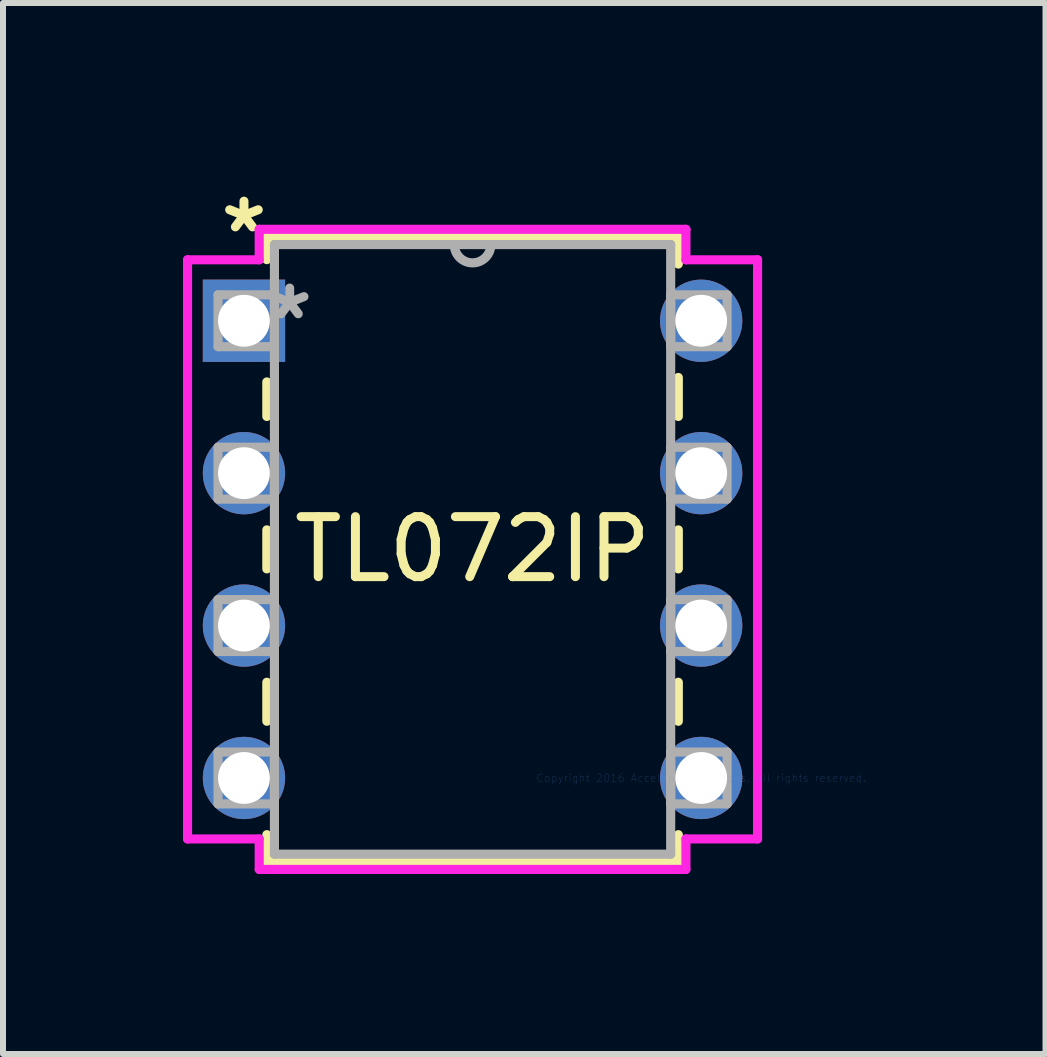
<source format=kicad_pcb>
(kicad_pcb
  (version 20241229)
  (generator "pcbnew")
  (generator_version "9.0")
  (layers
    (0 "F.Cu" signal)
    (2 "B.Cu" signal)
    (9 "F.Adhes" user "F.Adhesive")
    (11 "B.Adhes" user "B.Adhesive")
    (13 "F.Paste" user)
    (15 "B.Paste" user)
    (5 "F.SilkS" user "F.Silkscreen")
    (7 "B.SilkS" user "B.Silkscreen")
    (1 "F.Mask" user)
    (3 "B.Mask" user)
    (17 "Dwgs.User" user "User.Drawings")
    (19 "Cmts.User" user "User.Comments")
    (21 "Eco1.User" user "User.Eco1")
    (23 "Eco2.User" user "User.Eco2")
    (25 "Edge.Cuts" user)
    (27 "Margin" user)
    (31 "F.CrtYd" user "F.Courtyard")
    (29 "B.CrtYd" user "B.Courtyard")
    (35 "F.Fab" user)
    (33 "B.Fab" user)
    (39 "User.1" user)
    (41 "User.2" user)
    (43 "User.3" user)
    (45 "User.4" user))
  (footprint "TL072IP"
    (layer "F.Cu")
    (at 8.636 9.916)
    (property "Reference" "TL072IP" (at -3.81 -3.81 0) (layer "F.SilkS") (effects (font (size 1 1) (thickness 0.15))))
    (attr through_hole)
    (fp_line (start -7.239 -9.017) (end -7.239 -8.639) (stroke (width 0.152) (type solid)) (layer "F.SilkS"))
    (fp_line (start -7.239 -6.601) (end -7.239 -6.025) (stroke (width 0.152) (type solid)) (layer "F.SilkS"))
    (fp_line (start -7.239 -4.135) (end -7.239 -3.485) (stroke (width 0.152) (type solid)) (layer "F.SilkS"))
    (fp_line (start -7.239 -1.595) (end -7.239 -0.945) (stroke (width 0.152) (type solid)) (layer "F.SilkS"))
    (fp_line (start -7.239 0.945) (end -7.239 1.397) (stroke (width 0.152) (type solid)) (layer "F.SilkS"))
    (fp_line (start -7.239 1.397) (end -0.381 1.397) (stroke (width 0.152) (type solid)) (layer "F.SilkS"))
    (fp_line (start -0.381 -9.017) (end -7.239 -9.017) (stroke (width 0.152) (type solid)) (layer "F.SilkS"))
    (fp_line (start -0.381 -8.565) (end -0.381 -9.017) (stroke (width 0.152) (type solid)) (layer "F.SilkS"))
    (fp_line (start -0.381 -6.025) (end -0.381 -6.675) (stroke (width 0.152) (type solid)) (layer "F.SilkS"))
    (fp_line (start -0.381 -3.485) (end -0.381 -4.135) (stroke (width 0.152) (type solid)) (layer "F.SilkS"))
    (fp_line (start -0.381 -0.945) (end -0.381 -1.595) (stroke (width 0.152) (type solid)) (layer "F.SilkS"))
    (fp_line (start -0.381 1.397) (end -0.381 0.945) (stroke (width 0.152) (type solid)) (layer "F.SilkS"))
    (fp_line (start -8.56 -8.636) (end -8.56 1.016) (stroke (width 0.152) (type solid)) (layer "F.CrtYd"))
    (fp_line (start -8.56 1.016) (end -7.366 1.016) (stroke (width 0.152) (type solid)) (layer "F.CrtYd"))
    (fp_line (start -7.366 -9.144) (end -7.366 -8.636) (stroke (width 0.152) (type solid)) (layer "F.CrtYd"))
    (fp_line (start -7.366 -8.636) (end -8.56 -8.636) (stroke (width 0.152) (type solid)) (layer "F.CrtYd"))
    (fp_line (start -7.366 1.016) (end -7.366 1.524) (stroke (width 0.152) (type solid)) (layer "F.CrtYd"))
    (fp_line (start -7.366 1.524) (end -0.254 1.524) (stroke (width 0.152) (type solid)) (layer "F.CrtYd"))
    (fp_line (start -0.254 -9.144) (end -7.366 -9.144) (stroke (width 0.152) (type solid)) (layer "F.CrtYd"))
    (fp_line (start -0.254 -8.636) (end -0.254 -9.144) (stroke (width 0.152) (type solid)) (layer "F.CrtYd"))
    (fp_line (start -0.254 1.016) (end 0.94 1.016) (stroke (width 0.152) (type solid)) (layer "F.CrtYd"))
    (fp_line (start -0.254 1.524) (end -0.254 1.016) (stroke (width 0.152) (type solid)) (layer "F.CrtYd"))
    (fp_line (start 0.94 -8.636) (end -0.254 -8.636) (stroke (width 0.152) (type solid)) (layer "F.CrtYd"))
    (fp_line (start 0.94 1.016) (end 0.94 -8.636) (stroke (width 0.152) (type solid)) (layer "F.CrtYd"))
    (fp_line (start -8.052 -8.052) (end -8.052 -7.188) (stroke (width 0.152) (type solid)) (layer "F.Fab"))
    (fp_line (start -8.052 -7.188) (end -7.112 -7.188) (stroke (width 0.152) (type solid)) (layer "F.Fab"))
    (fp_line (start -8.052 -5.512) (end -8.052 -4.648) (stroke (width 0.152) (type solid)) (layer "F.Fab"))
    (fp_line (start -8.052 -4.648) (end -7.112 -4.648) (stroke (width 0.152) (type solid)) (layer "F.Fab"))
    (fp_line (start -8.052 -2.972) (end -8.052 -2.108) (stroke (width 0.152) (type solid)) (layer "F.Fab"))
    (fp_line (start -8.052 -2.108) (end -7.112 -2.108) (stroke (width 0.152) (type solid)) (layer "F.Fab"))
    (fp_line (start -8.052 -0.432) (end -8.052 0.432) (stroke (width 0.152) (type solid)) (layer "F.Fab"))
    (fp_line (start -8.052 0.432) (end -7.112 0.432) (stroke (width 0.152) (type solid)) (layer "F.Fab"))
    (fp_line (start -7.112 -8.89) (end -7.112 1.27) (stroke (width 0.152) (type solid)) (layer "F.Fab"))
    (fp_line (start -7.112 -8.052) (end -8.052 -8.052) (stroke (width 0.152) (type solid)) (layer "F.Fab"))
    (fp_line (start -7.112 -7.188) (end -7.112 -8.052) (stroke (width 0.152) (type solid)) (layer "F.Fab"))
    (fp_line (start -7.112 -5.512) (end -8.052 -5.512) (stroke (width 0.152) (type solid)) (layer "F.Fab"))
    (fp_line (start -7.112 -4.648) (end -7.112 -5.512) (stroke (width 0.152) (type solid)) (layer "F.Fab"))
    (fp_line (start -7.112 -2.972) (end -8.052 -2.972) (stroke (width 0.152) (type solid)) (layer "F.Fab"))
    (fp_line (start -7.112 -2.108) (end -7.112 -2.972) (stroke (width 0.152) (type solid)) (layer "F.Fab"))
    (fp_line (start -7.112 -0.432) (end -8.052 -0.432) (stroke (width 0.152) (type solid)) (layer "F.Fab"))
    (fp_line (start -7.112 0.432) (end -7.112 -0.432) (stroke (width 0.152) (type solid)) (layer "F.Fab"))
    (fp_line (start -7.112 1.27) (end -0.508 1.27) (stroke (width 0.152) (type solid)) (layer "F.Fab"))
    (fp_line (start -0.508 -8.89) (end -7.112 -8.89) (stroke (width 0.152) (type solid)) (layer "F.Fab"))
    (fp_line (start -0.508 -8.052) (end -0.508 -7.188) (stroke (width 0.152) (type solid)) (layer "F.Fab"))
    (fp_line (start -0.508 -7.188) (end 0.432 -7.188) (stroke (width 0.152) (type solid)) (layer "F.Fab"))
    (fp_line (start -0.508 -5.512) (end -0.508 -4.648) (stroke (width 0.152) (type solid)) (layer "F.Fab"))
    (fp_line (start -0.508 -4.648) (end 0.432 -4.648) (stroke (width 0.152) (type solid)) (layer "F.Fab"))
    (fp_line (start -0.508 -2.972) (end -0.508 -2.108) (stroke (width 0.152) (type solid)) (layer "F.Fab"))
    (fp_line (start -0.508 -2.108) (end 0.432 -2.108) (stroke (width 0.152) (type solid)) (layer "F.Fab"))
    (fp_line (start -0.508 -0.432) (end -0.508 0.432) (stroke (width 0.152) (type solid)) (layer "F.Fab"))
    (fp_line (start -0.508 0.432) (end 0.432 0.432) (stroke (width 0.152) (type solid)) (layer "F.Fab"))
    (fp_line (start -0.508 1.27) (end -0.508 -8.89) (stroke (width 0.152) (type solid)) (layer "F.Fab"))
    (fp_line (start 0.432 -8.052) (end -0.508 -8.052) (stroke (width 0.152) (type solid)) (layer "F.Fab"))
    (fp_line (start 0.432 -7.188) (end 0.432 -8.052) (stroke (width 0.152) (type solid)) (layer "F.Fab"))
    (fp_line (start 0.432 -5.512) (end -0.508 -5.512) (stroke (width 0.152) (type solid)) (layer "F.Fab"))
    (fp_line (start 0.432 -4.648) (end 0.432 -5.512) (stroke (width 0.152) (type solid)) (layer "F.Fab"))
    (fp_line (start 0.432 -2.972) (end -0.508 -2.972) (stroke (width 0.152) (type solid)) (layer "F.Fab"))
    (fp_line (start 0.432 -2.108) (end 0.432 -2.972) (stroke (width 0.152) (type solid)) (layer "F.Fab"))
    (fp_line (start 0.432 -0.432) (end -0.508 -0.432) (stroke (width 0.152) (type solid)) (layer "F.Fab"))
    (fp_line (start 0.432 0.432) (end 0.432 -0.432) (stroke (width 0.152) (type solid)) (layer "F.Fab"))
    (fp_arc (start -3.5052 -8.89) (mid -3.81 -8.5852) (end -4.1148 -8.89) (stroke (width 0.1524) (type solid)) (layer "F.Fab"))
    (fp_text user "*" (at -7.62 -9.068 0) (layer "F.SilkS") (effects (font (size 1 1) (thickness 0.15))))
    (fp_text user "Copyright 2016 Accelerated Designs. All rights reserved." (at 0 0 0) (layer "Cmts.User") (effects (font (size 0.127 0.127) (thickness 0.002))))
    (fp_text user "*" (at -6.858 -7.62 0) (layer "F.Fab") (effects (font (size 1 1) (thickness 0.15))))
    (pad "1" thru_hole rect (at -7.62 -7.62) (size 1.372 1.372) (drill 0.864) (layers "*.Cu" "*.Mask"))
    (pad "2" thru_hole circle (at -7.62 -5.08) (size 1.372 1.372) (drill 0.864) (layers "*.Cu" "*.Mask"))
    (pad "3" thru_hole circle (at -7.62 -2.54) (size 1.372 1.372) (drill 0.864) (layers "*.Cu" "*.Mask"))
    (pad "4" thru_hole circle (at -7.62 0) (size 1.372 1.372) (drill 0.864) (layers "*.Cu" "*.Mask"))
    (pad "5" thru_hole circle (at 0 0) (size 1.372 1.372) (drill 0.864) (layers "*.Cu" "*.Mask"))
    (pad "6" thru_hole circle (at 0 -2.54) (size 1.372 1.372) (drill 0.864) (layers "*.Cu" "*.Mask"))
    (pad "7" thru_hole circle (at 0 -5.08) (size 1.372 1.372) (drill 0.864) (layers "*.Cu" "*.Mask"))
    (pad "8" thru_hole circle (at 0 -7.62) (size 1.372 1.372) (drill 0.864) (layers "*.Cu" "*.Mask")))
  (gr_rect
    (start -3 -3)
    (end 14.375 14.516)
    (stroke (width 0.1) (type default))
    (fill no)
    (layer "Edge.Cuts")))
</source>
